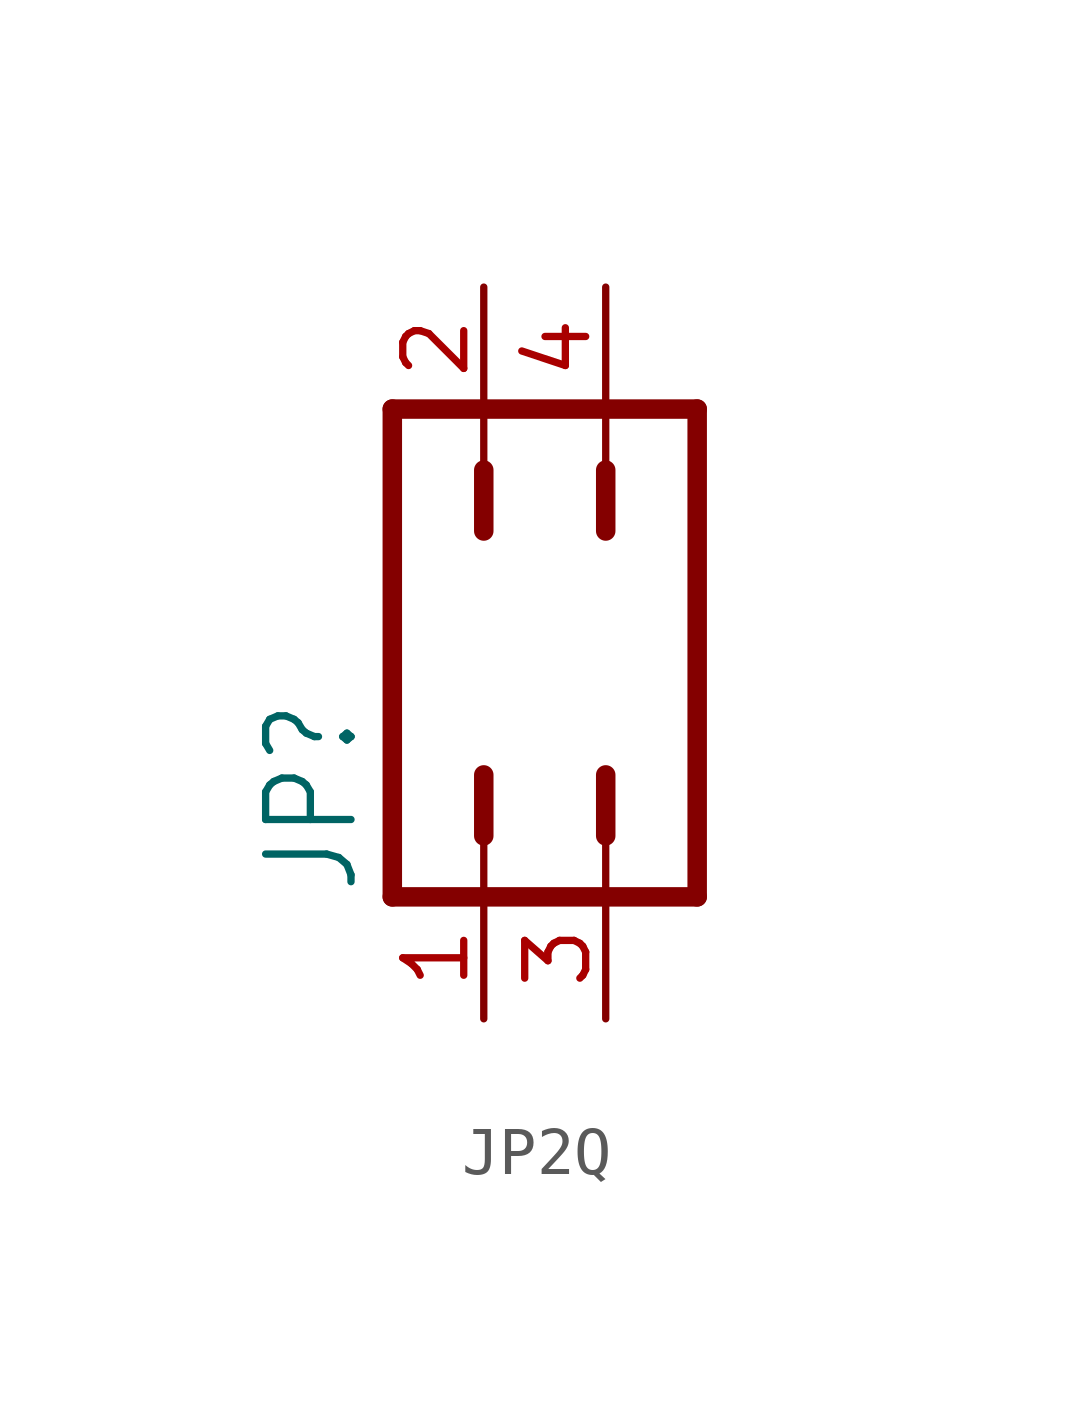
<source format=kicad_sym>
(kicad_symbol_lib
  (version 20220914)
  (generator kicad_symbol_editor)
  (symbol "JP2Q"
    (property "Reference" "JP"
      (at -2.54 -5.08 90)
      (effects (font (size 1.778 1.511)) (justify left bottom)))
    (property "Value" ""
      (at 6.985 -5.08 90)
      (effects (font (size 1.778 1.511)) (justify left bottom)))
    (property "ki_locked" ""
      (at 0 0 0)
      (effects (font (size 1.27 1.27))))
    (symbol "JP2Q_1_0"
      (polyline (pts (xy -1.905 -5.08) (xy -1.905 5.08)) (stroke (width 0.406) (type solid)) (fill (type none)))
      (polyline (pts (xy -1.905 5.08) (xy 4.445 5.08)) (stroke (width 0.406) (type solid)) (fill (type none)))
      (polyline (pts (xy 0 -3.81) (xy 0 -5.08)) (stroke (width 0.152) (type solid)) (fill (type none)))
      (polyline (pts (xy 0 -2.54) (xy 0 -3.81)) (stroke (width 0.406) (type solid)) (fill (type none)))
      (polyline (pts (xy 0 2.54) (xy 0 3.81)) (stroke (width 0.406) (type solid)) (fill (type none)))
      (polyline (pts (xy 0 3.81) (xy 0 5.08)) (stroke (width 0.152) (type solid)) (fill (type none)))
      (polyline (pts (xy 2.54 -3.81) (xy 2.54 -5.08)) (stroke (width 0.152) (type solid)) (fill (type none)))
      (polyline (pts (xy 2.54 -2.54) (xy 2.54 -3.81)) (stroke (width 0.406) (type solid)) (fill (type none)))
      (polyline (pts (xy 2.54 2.54) (xy 2.54 3.81)) (stroke (width 0.406) (type solid)) (fill (type none)))
      (polyline (pts (xy 2.54 3.81) (xy 2.54 5.08)) (stroke (width 0.152) (type solid)) (fill (type none)))
      (polyline (pts (xy 4.445 -5.08) (xy -1.905 -5.08)) (stroke (width 0.406) (type solid)) (fill (type none)))
      (polyline (pts (xy 4.445 5.08) (xy 4.445 -5.08)) (stroke (width 0.406) (type solid)) (fill (type none)))
      (pin passive line (at 0 -7.62 90) (length 2.54) (name "1" (effects (font (size 0 0)))) (number "1" (effects (font (size 1.27 1.27)))))
      (pin passive line (at 0 7.62 270) (length 2.54) (name "2" (effects (font (size 0 0)))) (number "2" (effects (font (size 1.27 1.27)))))
      (pin passive line (at 2.54 -7.62 90) (length 2.54) (name "3" (effects (font (size 0 0)))) (number "3" (effects (font (size 1.27 1.27)))))
      (pin passive line (at 2.54 7.62 270) (length 2.54) (name "4" (effects (font (size 0 0)))) (number "4" (effects (font (size 1.27 1.27))))))))
</source>
